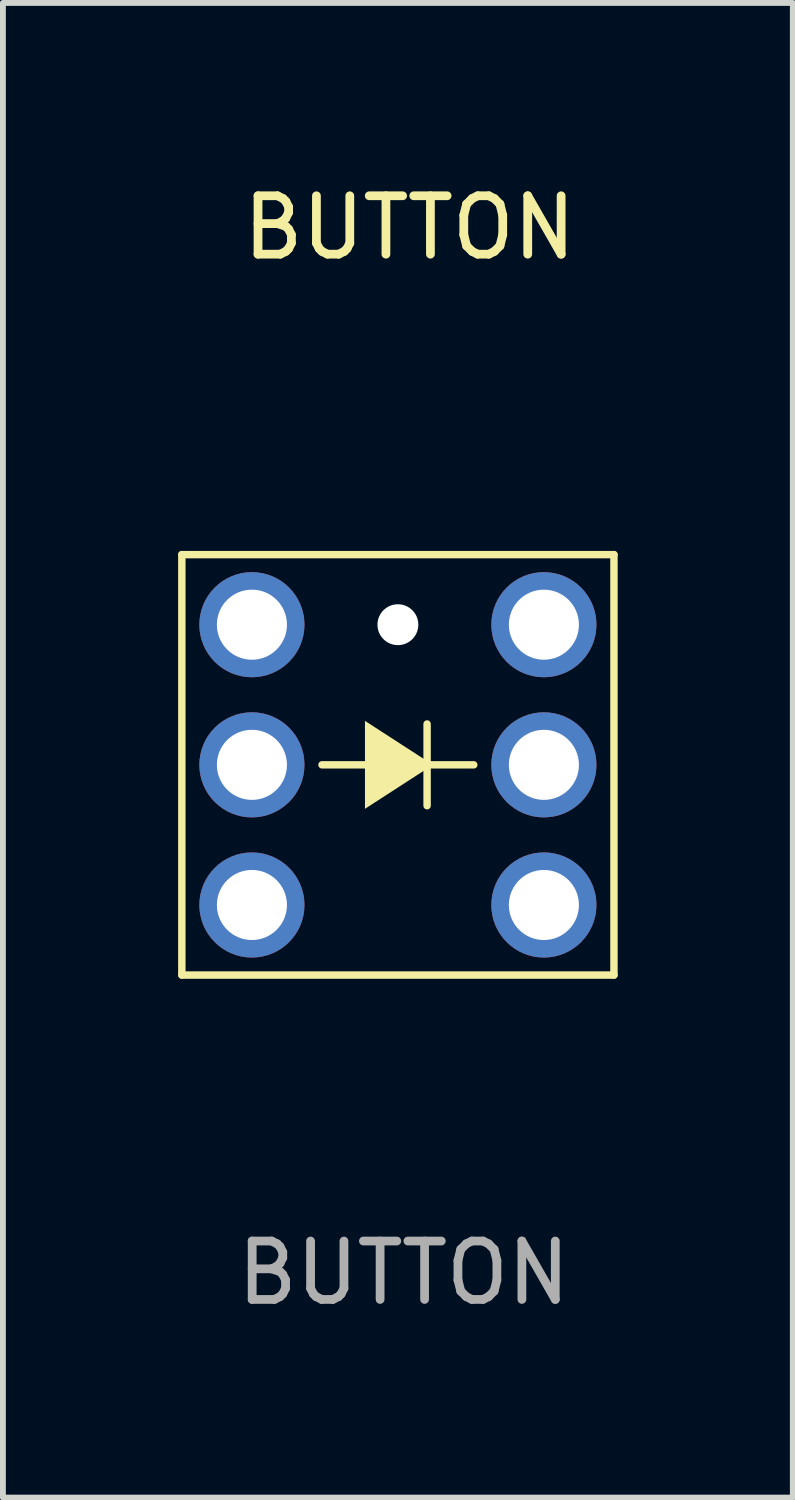
<source format=kicad_pcb>
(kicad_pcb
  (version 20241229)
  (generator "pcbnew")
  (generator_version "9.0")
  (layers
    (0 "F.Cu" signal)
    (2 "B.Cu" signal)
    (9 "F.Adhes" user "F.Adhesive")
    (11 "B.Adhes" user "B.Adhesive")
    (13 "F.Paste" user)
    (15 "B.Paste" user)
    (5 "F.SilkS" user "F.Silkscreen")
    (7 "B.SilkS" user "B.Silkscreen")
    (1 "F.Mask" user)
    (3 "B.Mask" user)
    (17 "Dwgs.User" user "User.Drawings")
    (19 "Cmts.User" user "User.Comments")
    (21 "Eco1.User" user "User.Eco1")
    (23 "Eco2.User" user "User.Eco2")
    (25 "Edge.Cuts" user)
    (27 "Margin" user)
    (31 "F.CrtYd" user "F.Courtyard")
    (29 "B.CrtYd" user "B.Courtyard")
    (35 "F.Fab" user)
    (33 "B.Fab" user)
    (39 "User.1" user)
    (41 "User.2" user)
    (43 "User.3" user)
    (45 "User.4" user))
  (footprint "BUTTON"
    (layer "F.Cu")
    (at 4.064 10.048)
    (property "Reference" "BUTTON" (at -0.1 -9.2 0) (unlocked yes) (layer "F.SilkS") (effects (font (size 1 1) (thickness 0.15))))
    (attr through_hole)
    (fp_line (start -4 -3.6) (end 3.4 -3.6) (stroke (width 0.127) (type solid)) (layer "F.SilkS"))
    (fp_line (start -4 3.6) (end -4 -3.6) (stroke (width 0.127) (type solid)) (layer "F.SilkS"))
    (fp_line (start -1.6 0) (end 1 0) (stroke (width 0.127) (type solid)) (layer "F.SilkS"))
    (fp_line (start 0.2 0.7) (end 0.2 -0.7) (stroke (width 0.127) (type solid)) (layer "F.SilkS"))
    (fp_line (start 3.4 -3.6) (end 3.4 3.6) (stroke (width 0.127) (type solid)) (layer "F.SilkS"))
    (fp_line (start 3.4 3.6) (end -4 3.6) (stroke (width 0.127) (type solid)) (layer "F.SilkS"))
    (fp_poly (pts (xy -0.864 -0.753) (xy 0.3 0) (xy -0.864 0.753)) (stroke (width 0) (type solid)) (fill yes) (layer "F.SilkS"))
    (fp_text user "${REFERENCE}" (at -0.2 8.7 0) (unlocked yes) (layer "F.Fab") (effects (font (size 1 1) (thickness 0.15))))
    (pad "" np_thru_hole circle (at -0.3 -2.4 180) (size 0.7 0.7) (drill 0.7) (layers "*.Cu" "*.Mask"))
    (pad "1" thru_hole circle (at -2.8 -2.4 180) (size 1.8 1.8) (drill 1.2) (layers "*.Cu" "*.Mask"))
    (pad "1" thru_hole circle (at 2.2 -2.4 180) (size 1.8 1.8) (drill 1.2) (layers "*.Cu" "*.Mask"))
    (pad "2" thru_hole circle (at -2.8 2.4 180) (size 1.8 1.8) (drill 1.2) (layers "*.Cu" "*.Mask"))
    (pad "2" thru_hole circle (at 2.2 2.4 180) (size 1.8 1.8) (drill 1.2) (layers "*.Cu" "*.Mask"))
    (pad "LED+" thru_hole circle (at -2.8 0 180) (size 1.8 1.8) (drill 1.2) (layers "*.Cu" "*.Mask"))
    (pad "LED-" thru_hole circle (at 2.2 0 180) (size 1.8 1.8) (drill 1.2) (layers "*.Cu" "*.Mask")))
  (gr_rect
    (start -3 -3)
    (end 10.527 22.596)
    (stroke (width 0.1) (type default))
    (fill no)
    (layer "Edge.Cuts")))
</source>
